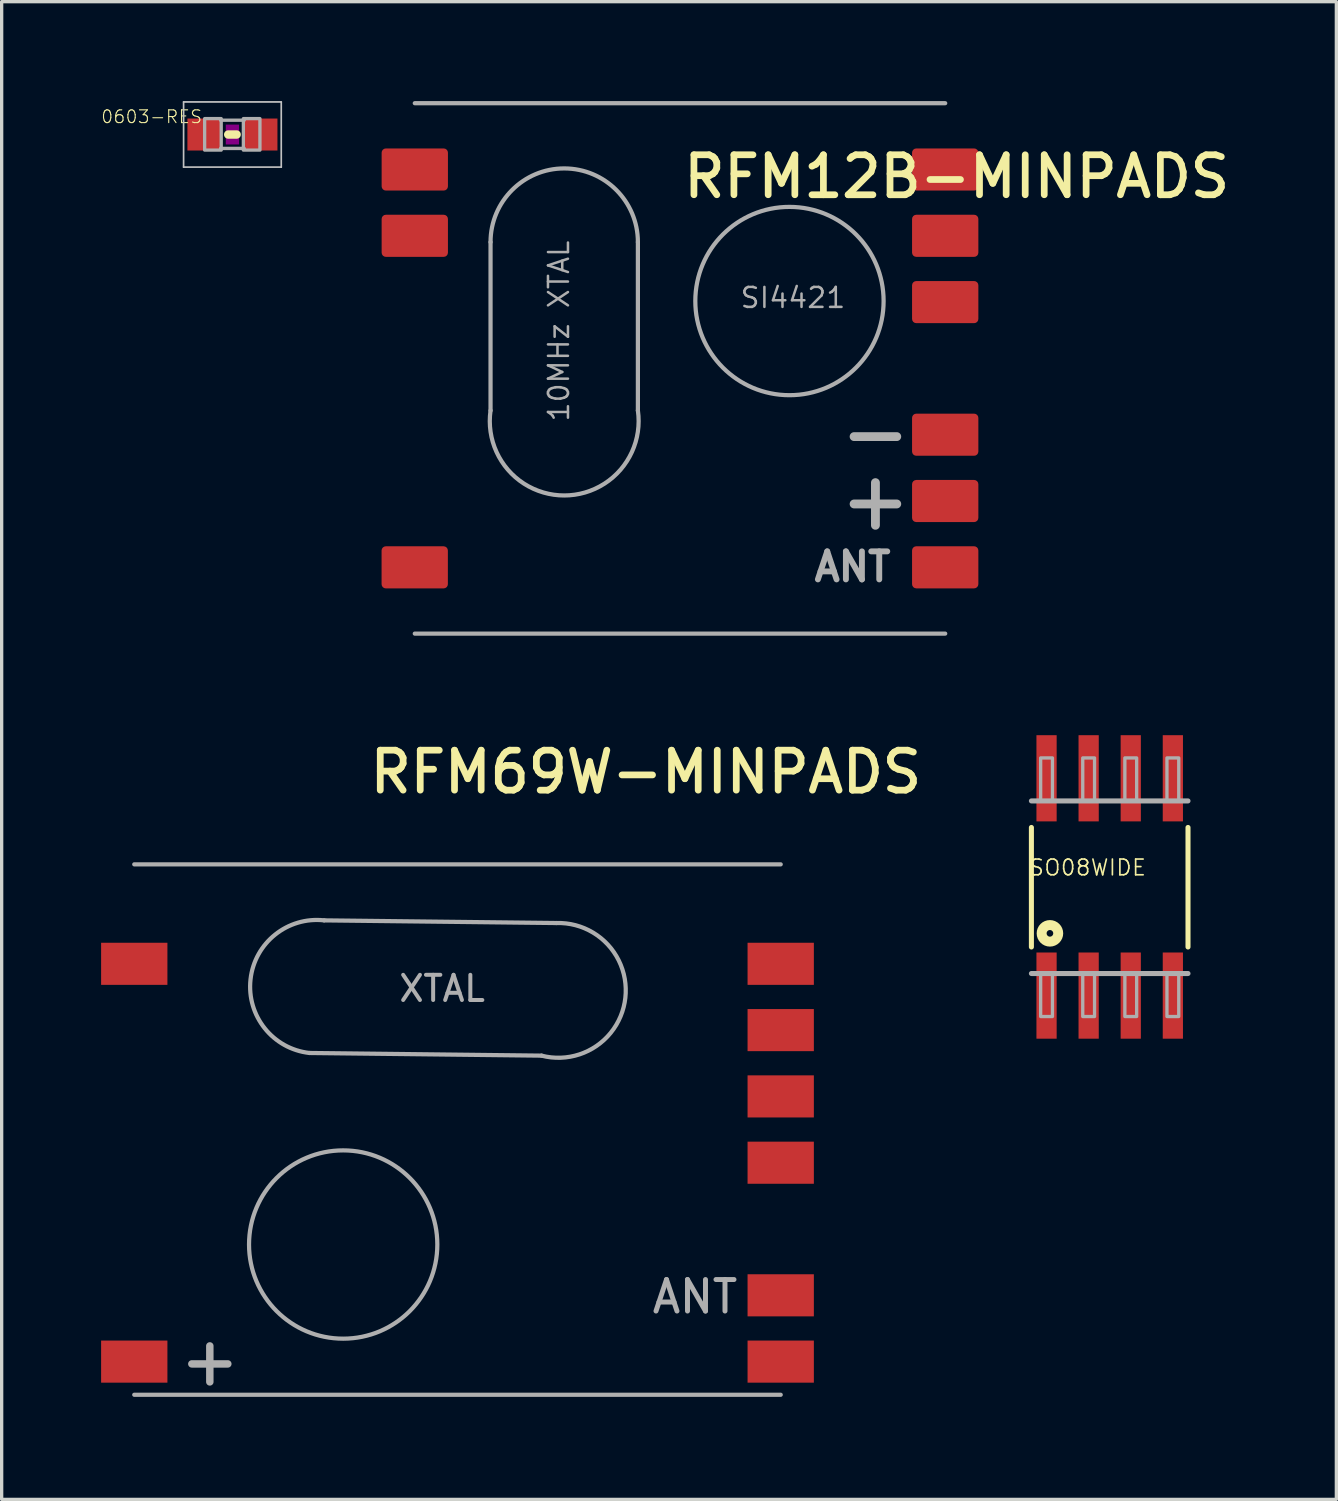
<source format=kicad_pcb>
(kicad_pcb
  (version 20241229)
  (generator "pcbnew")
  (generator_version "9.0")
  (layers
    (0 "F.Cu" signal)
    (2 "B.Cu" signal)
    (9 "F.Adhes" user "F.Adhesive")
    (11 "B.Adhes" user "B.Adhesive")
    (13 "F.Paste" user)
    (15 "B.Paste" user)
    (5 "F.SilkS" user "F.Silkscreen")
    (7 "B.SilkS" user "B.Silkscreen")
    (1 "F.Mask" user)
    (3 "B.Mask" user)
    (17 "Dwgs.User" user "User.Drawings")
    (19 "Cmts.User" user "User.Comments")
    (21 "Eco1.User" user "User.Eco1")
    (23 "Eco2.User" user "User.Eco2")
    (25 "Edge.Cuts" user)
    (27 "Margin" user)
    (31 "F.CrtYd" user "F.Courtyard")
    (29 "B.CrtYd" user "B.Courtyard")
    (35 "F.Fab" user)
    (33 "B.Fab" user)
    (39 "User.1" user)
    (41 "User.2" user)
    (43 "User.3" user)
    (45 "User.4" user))
  (footprint "SO08WIDE"
    (layer "F.Cu")
    (at 30.424 23.713)
    (property "Reference" "SO08WIDE" (at 1.132 -0.87 0) (layer "F.SilkS") (effects (font (size 0.475 0.475) (thickness 0.05)) (justify right top)))
    (attr through_hole)
    (fp_line (start -2.362 -1.803) (end -2.362 1.803) (stroke (width 0.152) (type solid)) (layer "F.SilkS"))
    (fp_line (start 2.362 1.803) (end 2.362 -1.803) (stroke (width 0.152) (type solid)) (layer "F.SilkS"))
    (fp_circle (center -1.803 1.391) (end -1.703 1.391) (stroke (width 0.3) (type solid)) (fill no) (layer "F.SilkS"))
    (fp_line (start -2.362 2.603) (end 2.362 2.603) (stroke (width 0.152) (type solid)) (layer "F.Fab"))
    (fp_line (start 2.362 -2.603) (end -2.362 -2.603) (stroke (width 0.152) (type solid)) (layer "F.Fab"))
    (fp_poly (pts (xy -2.083 -2.6) (xy -1.727 -2.6) (xy -1.727 -3.9) (xy -2.083 -3.9)) (stroke (width 0.1) (type solid)) (fill no) (layer "F.Fab"))
    (fp_poly (pts (xy -2.083 3.9) (xy -1.727 3.9) (xy -1.727 2.6) (xy -2.083 2.6)) (stroke (width 0.1) (type solid)) (fill no) (layer "F.Fab"))
    (fp_poly (pts (xy -0.813 -2.6) (xy -0.457 -2.6) (xy -0.457 -3.9) (xy -0.813 -3.9)) (stroke (width 0.1) (type solid)) (fill no) (layer "F.Fab"))
    (fp_poly (pts (xy -0.813 3.9) (xy -0.457 3.9) (xy -0.457 2.6) (xy -0.813 2.6)) (stroke (width 0.1) (type solid)) (fill no) (layer "F.Fab"))
    (fp_poly (pts (xy 0.457 -2.6) (xy 0.813 -2.6) (xy 0.813 -3.9) (xy 0.457 -3.9)) (stroke (width 0.1) (type solid)) (fill no) (layer "F.Fab"))
    (fp_poly (pts (xy 0.457 3.9) (xy 0.813 3.9) (xy 0.813 2.6) (xy 0.457 2.6)) (stroke (width 0.1) (type solid)) (fill no) (layer "F.Fab"))
    (fp_poly (pts (xy 1.727 -2.6) (xy 2.083 -2.6) (xy 2.083 -3.9) (xy 1.727 -3.9)) (stroke (width 0.1) (type solid)) (fill no) (layer "F.Fab"))
    (fp_poly (pts (xy 1.727 3.9) (xy 2.083 3.9) (xy 2.083 2.6) (xy 1.727 2.6)) (stroke (width 0.1) (type solid)) (fill no) (layer "F.Fab"))
    (pad "1" smd rect (at -1.905 3.269) (size 0.61 2.6) (layers "F.Cu" "F.Mask" "F.Paste"))
    (pad "2" smd rect (at -0.635 3.269) (size 0.61 2.6) (layers "F.Cu" "F.Mask" "F.Paste"))
    (pad "3" smd rect (at 0.635 3.269) (size 0.61 2.6) (layers "F.Cu" "F.Mask" "F.Paste"))
    (pad "4" smd rect (at 1.905 3.269) (size 0.61 2.6) (layers "F.Cu" "F.Mask" "F.Paste"))
    (pad "5" smd rect (at 1.905 -3.286) (size 0.61 2.6) (layers "F.Cu" "F.Mask" "F.Paste"))
    (pad "6" smd rect (at 0.635 -3.286) (size 0.61 2.6) (layers "F.Cu" "F.Mask" "F.Paste"))
    (pad "7" smd rect (at -0.635 -3.286) (size 0.61 2.6) (layers "F.Cu" "F.Mask" "F.Paste"))
    (pad "8" smd rect (at -1.905 -3.286) (size 0.61 2.6) (layers "F.Cu" "F.Mask" "F.Paste")))
  (footprint "RFM69W-MINPADS"
    (layer "F.Cu")
    (at 12.5 31.023)
    (property "Reference" "RFM69W-MINPADS" (at -4.5 -10.08 0) (layer "F.SilkS") (effects (font (size 1.206 1.206) (thickness 0.203)) (justify left bottom)))
    (attr through_hole)
    (fp_line (start -11.5 8) (end 8 8) (stroke (width 0.127) (type solid)) (layer "F.Fab"))
    (fp_line (start -6.215 -2.31) (end 0.785 -2.23) (stroke (width 0.127) (type solid)) (layer "F.Fab"))
    (fp_line (start -5.77 -6.31) (end 1.23 -6.23) (stroke (width 0.127) (type solid)) (layer "F.Fab"))
    (fp_line (start 8 -8) (end -11.5 -8) (stroke (width 0.127) (type solid)) (layer "F.Fab"))
    (fp_arc (start -6.215 -2.31) (mid -7.9925 -4.5325) (end -5.77 -6.31) (stroke (width 0.127) (type solid)) (layer "F.Fab"))
    (fp_arc (start 1.23 -6.23) (mid 3.313519 -3.973455) (end 0.784999 -2.23) (stroke (width 0.127) (type solid)) (layer "F.Fab"))
    (fp_circle (center -5.198 3.468) (end -2.358 3.468) (stroke (width 0.127) (type solid)) (fill no) (layer "F.Fab"))
    (fp_text user "ANT" (at 4.049 5.598 0) (layer "F.Fab") (effects (font (size 0.95 0.95) (thickness 0.15)) (justify left bottom)))
    (fp_text user "+" (at -10.251 7.798 0) (layer "F.Fab") (effects (font (size 1.425 1.425) (thickness 0.225)) (justify left bottom)))
    (fp_text user "XTAL" (at -0.849 -4.698 0) (layer "F.Fab") (effects (font (size 0.76 0.76) (thickness 0.12)) (justify right top)))
    (pad "ANA" smd rect (at 8 5) (size 2 1.27) (layers "F.Cu" "F.Mask" "F.Paste"))
    (pad "DIO0" smd rect (at -11.5 -5) (size 2 1.27) (layers "F.Cu" "F.Mask" "F.Paste"))
    (pad "GND" smd rect (at 8 7) (size 2 1.27) (layers "F.Cu" "F.Mask" "F.Paste"))
    (pad "MISO" smd rect (at 8 -1) (size 2 1.27) (layers "F.Cu" "F.Mask" "F.Paste"))
    (pad "MOSI" smd rect (at 8 -3) (size 2 1.27) (layers "F.Cu" "F.Mask" "F.Paste"))
    (pad "NSS" smd rect (at 8 -5) (size 2 1.27) (layers "F.Cu" "F.Mask" "F.Paste"))
    (pad "SCK" smd rect (at 8 1) (size 2 1.27) (layers "F.Cu" "F.Mask" "F.Paste"))
    (pad "VDD" smd rect (at -11.5 7) (size 2 1.27) (layers "F.Cu" "F.Mask" "F.Paste")))
  (footprint "0603-RES"
    (layer "F.Cu")
    (at 3.961 1.008)
    (property "Reference" "0603-RES" (at -0.889 -0.762 0) (layer "F.SilkS") (effects (font (size 0.386 0.386) (thickness 0.033)) (justify right top)))
    (attr through_hole)
    (fp_line (start -0.127 0) (end 0.127 0) (stroke (width 0.254) (type solid)) (layer "F.SilkS"))
    (fp_poly (pts (xy -0.2 0.3) (xy 0.2 0.3) (xy 0.2 -0.3) (xy -0.2 -0.3)) (stroke (width 0) (type solid)) (fill yes) (layer "F.Adhes"))
    (fp_line (start -1.473 -0.983) (end 1.473 -0.983) (stroke (width 0.051) (type solid)) (layer "Dwgs.User"))
    (fp_line (start -1.473 0.983) (end -1.473 -0.983) (stroke (width 0.051) (type solid)) (layer "Dwgs.User"))
    (fp_line (start 1.473 -0.983) (end 1.473 0.983) (stroke (width 0.051) (type solid)) (layer "Dwgs.User"))
    (fp_line (start 1.473 0.983) (end -1.473 0.983) (stroke (width 0.051) (type solid)) (layer "Dwgs.User"))
    (fp_line (start -0.356 -0.432) (end 0.356 -0.432) (stroke (width 0.102) (type solid)) (layer "F.Fab"))
    (fp_line (start -0.356 0.419) (end 0.356 0.419) (stroke (width 0.102) (type solid)) (layer "F.Fab"))
    (fp_poly (pts (xy -0.838 0.47) (xy -0.338 0.47) (xy -0.338 -0.48) (xy -0.838 -0.48)) (stroke (width 0.1) (type solid)) (fill no) (layer "F.Fab"))
    (fp_poly (pts (xy 0.33 0.47) (xy 0.83 0.47) (xy 0.83 -0.48) (xy 0.33 -0.48)) (stroke (width 0.1) (type solid)) (fill no) (layer "F.Fab"))
    (pad "1" smd rect (at -0.85 0) (size 1.016 0.965) (layers "F.Cu" "F.Mask" "F.Paste"))
    (pad "2" smd rect (at 0.85 0) (size 1.016 0.965) (layers "F.Cu" "F.Mask" "F.Paste")))
  (footprint "RFM12B-MINPADS"
    (layer "F.Cu")
    (at 17.462 8.063)
    (property "Reference" "RFM12B-MINPADS" (at 0 -5.08 0) (layer "F.SilkS") (effects (font (size 1.206 1.206) (thickness 0.203)) (justify left bottom)))
    (attr through_hole)
    (fp_line (start -8 8) (end 8 8) (stroke (width 0.127) (type solid)) (layer "F.Fab"))
    (fp_line (start -5.715 -3.81) (end -5.715 1.27) (stroke (width 0.127) (type solid)) (layer "F.Fab"))
    (fp_line (start -1.27 -3.81) (end -1.27 1.27) (stroke (width 0.127) (type solid)) (layer "F.Fab"))
    (fp_line (start 8 -8) (end -8 -8) (stroke (width 0.127) (type solid)) (layer "F.Fab"))
    (fp_arc (start -5.715 -3.81) (mid -3.4925 -6.0325) (end -1.27 -3.81) (stroke (width 0.127) (type solid)) (layer "F.Fab"))
    (fp_arc (start -1.27 1.27) (mid -3.4925 3.832564) (end -5.715 1.27) (stroke (width 0.127) (type solid)) (layer "F.Fab"))
    (fp_circle (center 3.302 -2.032) (end 6.142 -2.032) (stroke (width 0.127) (type solid)) (fill no) (layer "F.Fab"))
    (fp_text user "ANT" (at 3.962 6.477 0) (layer "F.Fab") (effects (font (size 0.845 0.845) (thickness 0.178)) (justify left bottom)))
    (fp_text user "-" (at 4.674 2.921 0) (layer "F.Fab") (effects (font (size 1.689 1.689) (thickness 0.267)) (justify left bottom)))
    (fp_text user "+" (at 4.674 4.953 0) (layer "F.Fab") (effects (font (size 1.689 1.689) (thickness 0.267)) (justify left bottom)))
    (fp_text user "10MHz XTAL" (at -3.302 1.651 90) (layer "F.Fab") (effects (font (size 0.603 0.603) (thickness 0.076)) (justify left bottom)))
    (fp_text user "SI4421" (at 1.778 -1.778 0) (layer "F.Fab") (effects (font (size 0.603 0.603) (thickness 0.076)) (justify left bottom)))
    (pad "ANT" smd roundrect (at 8 6) (size 2 1.27) (layers "F.Cu" "F.Mask" "F.Paste") (roundrect_rratio 0.1))
    (pad "GND" smd roundrect (at 8 2) (size 2 1.27) (layers "F.Cu" "F.Mask" "F.Paste") (roundrect_rratio 0.1))
    (pad "IRQ" smd roundrect (at -8 -4) (size 2 1.27) (layers "F.Cu" "F.Mask" "F.Paste") (roundrect_rratio 0.1))
    (pad "SCK" smd roundrect (at 8 -4) (size 2 1.27) (layers "F.Cu" "F.Mask" "F.Paste") (roundrect_rratio 0.1))
    (pad "SDI" smd roundrect (at 8 -2) (size 2 1.27) (layers "F.Cu" "F.Mask" "F.Paste") (roundrect_rratio 0.1))
    (pad "SDI1" smd roundrect (at -8.002 6.001) (size 2 1.27) (layers "F.Cu" "F.Mask" "F.Paste") (roundrect_rratio 0.1))
    (pad "SDO" smd roundrect (at -8 -6) (size 2 1.27) (layers "F.Cu" "F.Mask" "F.Paste") (roundrect_rratio 0.1))
    (pad "SEL" smd roundrect (at 8 -6) (size 2 1.27) (layers "F.Cu" "F.Mask" "F.Paste") (roundrect_rratio 0.1))
    (pad "VDD" smd roundrect (at 8 4) (size 2 1.27) (layers "F.Cu" "F.Mask" "F.Paste") (roundrect_rratio 0.1)))
  (gr_rect
    (start -3 -3)
    (end 37.261 42.178)
    (stroke (width 0.1) (type default))
    (fill no)
    (layer "Edge.Cuts")))
</source>
